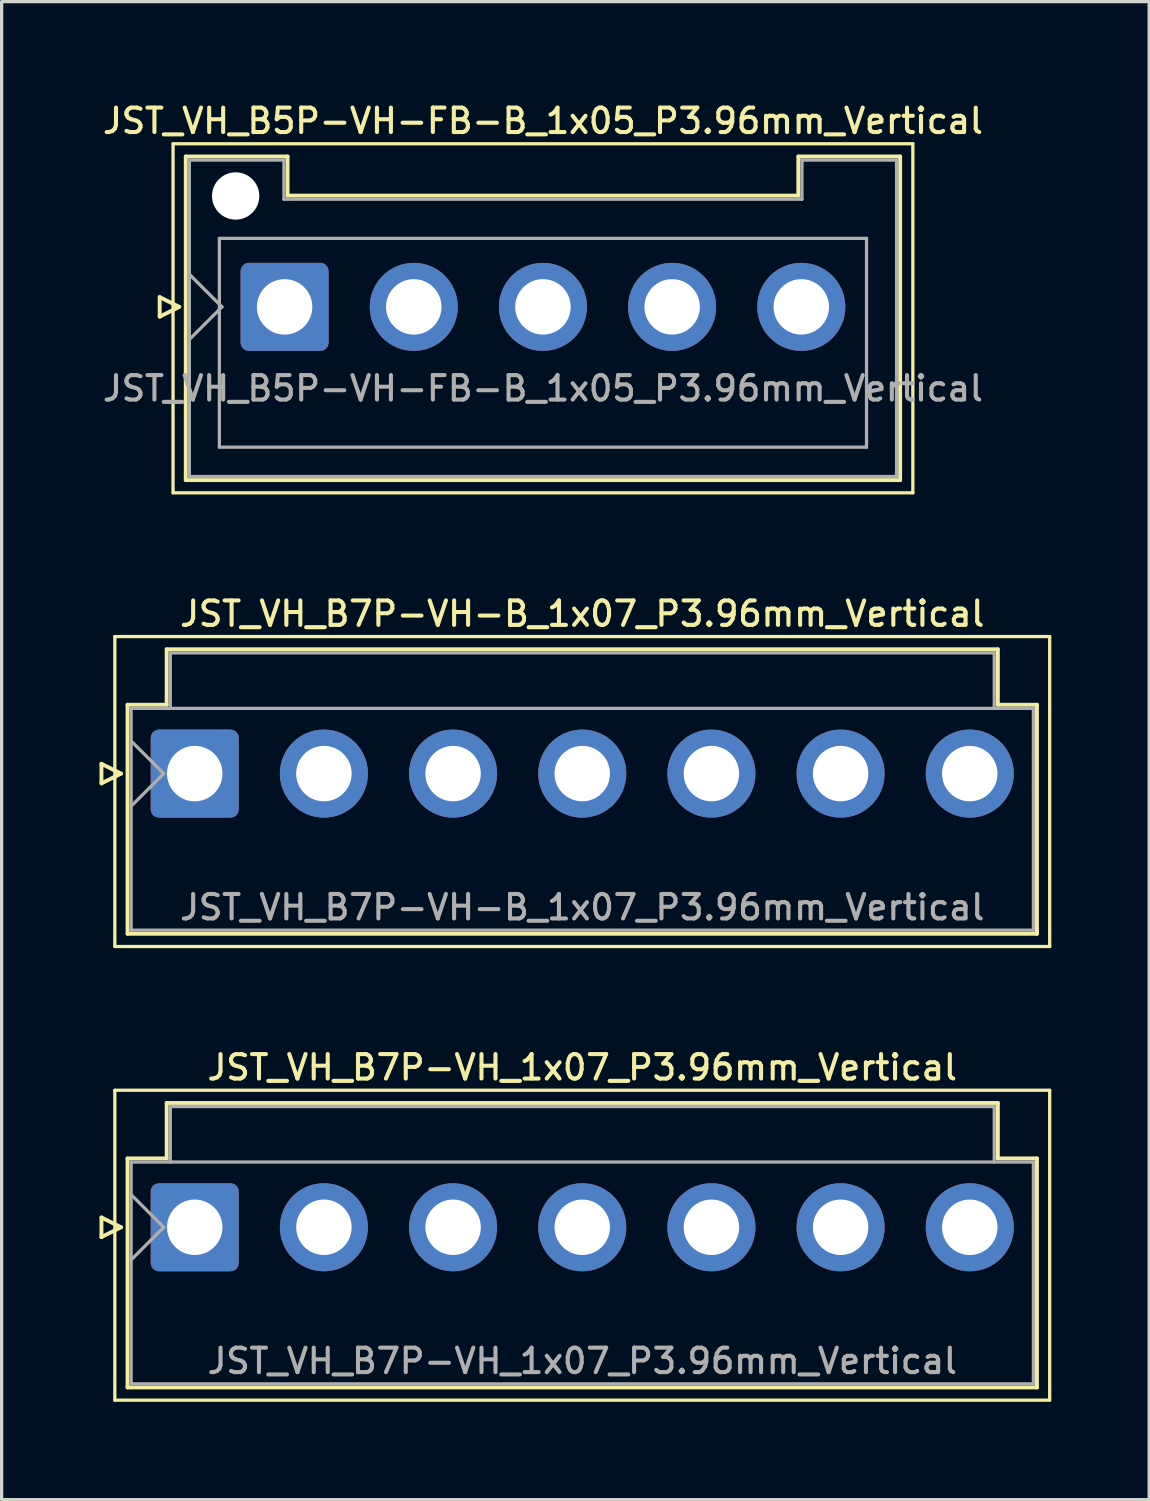
<source format=kicad_pcb>
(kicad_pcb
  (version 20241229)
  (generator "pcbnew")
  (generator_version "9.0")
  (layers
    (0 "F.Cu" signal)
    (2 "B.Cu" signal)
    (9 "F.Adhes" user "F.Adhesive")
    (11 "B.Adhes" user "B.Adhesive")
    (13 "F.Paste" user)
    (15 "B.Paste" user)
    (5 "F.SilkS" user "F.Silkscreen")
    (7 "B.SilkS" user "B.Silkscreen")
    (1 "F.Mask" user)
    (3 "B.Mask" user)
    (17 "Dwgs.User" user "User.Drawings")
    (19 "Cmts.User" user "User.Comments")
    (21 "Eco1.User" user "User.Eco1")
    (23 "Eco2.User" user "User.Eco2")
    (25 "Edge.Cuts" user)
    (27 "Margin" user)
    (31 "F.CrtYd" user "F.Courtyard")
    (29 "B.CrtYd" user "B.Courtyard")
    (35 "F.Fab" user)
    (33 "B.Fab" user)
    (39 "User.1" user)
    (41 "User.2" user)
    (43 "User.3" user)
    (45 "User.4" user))
  (footprint "JST_VH_B7P-VH_1x07_P3.96mm_Vertical"
    (layer "F.Cu")
    (at 2.92 34.574)
    (property "Reference" "JST_VH_B7P-VH_1x07_P3.96mm_Vertical" (at 11.88 -4.9 0) (layer "F.SilkS") (effects (font (size 0.75 0.75) (thickness 0.125))))
    (attr through_hole)
    (fp_line (start -2.86 -0.3) (end -2.26 0) (stroke (width 0.12) (type solid)) (layer "F.SilkS"))
    (fp_line (start -2.86 0.3) (end -2.86 -0.3) (stroke (width 0.12) (type solid)) (layer "F.SilkS"))
    (fp_line (start -2.45 -4.2) (end -2.45 5.3) (stroke (width 0.1) (type solid)) (layer "F.SilkS"))
    (fp_line (start -2.45 5.3) (end 26.21 5.3) (stroke (width 0.1) (type solid)) (layer "F.SilkS"))
    (fp_line (start -2.26 0) (end -2.86 0.3) (stroke (width 0.12) (type solid)) (layer "F.SilkS"))
    (fp_line (start -2.06 -2.11) (end -0.86 -2.11) (stroke (width 0.12) (type solid)) (layer "F.SilkS"))
    (fp_line (start -2.06 4.91) (end -2.06 -2.11) (stroke (width 0.12) (type solid)) (layer "F.SilkS"))
    (fp_line (start -0.86 -3.81) (end 24.62 -3.81) (stroke (width 0.12) (type solid)) (layer "F.SilkS"))
    (fp_line (start -0.86 -2.11) (end -0.86 -3.81) (stroke (width 0.12) (type solid)) (layer "F.SilkS"))
    (fp_line (start 24.62 -3.81) (end 24.62 -2.11) (stroke (width 0.12) (type solid)) (layer "F.SilkS"))
    (fp_line (start 24.62 -2.11) (end 25.82 -2.11) (stroke (width 0.12) (type solid)) (layer "F.SilkS"))
    (fp_line (start 25.82 -2.11) (end 25.82 4.91) (stroke (width 0.12) (type solid)) (layer "F.SilkS"))
    (fp_line (start 25.82 4.91) (end -2.06 4.91) (stroke (width 0.12) (type solid)) (layer "F.SilkS"))
    (fp_line (start 26.21 -4.2) (end -2.45 -4.2) (stroke (width 0.1) (type solid)) (layer "F.SilkS"))
    (fp_line (start 26.21 5.3) (end 26.21 -4.2) (stroke (width 0.1) (type solid)) (layer "F.SilkS"))
    (fp_line (start -1.95 -2) (end -1.95 4.8) (stroke (width 0.1) (type solid)) (layer "F.Fab"))
    (fp_line (start -1.95 -1) (end -0.95 0) (stroke (width 0.1) (type solid)) (layer "F.Fab"))
    (fp_line (start -1.95 1) (end -0.95 0) (stroke (width 0.1) (type solid)) (layer "F.Fab"))
    (fp_line (start -1.95 4.8) (end 25.71 4.8) (stroke (width 0.1) (type solid)) (layer "F.Fab"))
    (fp_line (start -0.75 -3.7) (end 24.51 -3.7) (stroke (width 0.1) (type solid)) (layer "F.Fab"))
    (fp_line (start -0.75 -2) (end -0.75 -3.7) (stroke (width 0.1) (type solid)) (layer "F.Fab"))
    (fp_line (start 24.51 -3.7) (end 24.51 -2) (stroke (width 0.1) (type solid)) (layer "F.Fab"))
    (fp_line (start 25.71 -2) (end -1.95 -2) (stroke (width 0.1) (type solid)) (layer "F.Fab"))
    (fp_line (start 25.71 4.8) (end 25.71 -2) (stroke (width 0.1) (type solid)) (layer "F.Fab"))
    (fp_text user "${REFERENCE}" (at 11.88 4.1 0) (layer "F.Fab") (effects (font (size 0.75 0.75) (thickness 0.125))))
    (pad "1" thru_hole roundrect (at 0 0) (size 2.7 2.7) (drill 1.7) (layers "*.Cu" "*.Mask") (roundrect_rratio 0.093))
    (pad "2" thru_hole circle (at 3.96 0) (size 2.7 2.7) (drill 1.7) (layers "*.Cu" "*.Mask"))
    (pad "3" thru_hole circle (at 7.92 0) (size 2.7 2.7) (drill 1.7) (layers "*.Cu" "*.Mask"))
    (pad "4" thru_hole circle (at 11.88 0) (size 2.7 2.7) (drill 1.7) (layers "*.Cu" "*.Mask"))
    (pad "5" thru_hole circle (at 15.84 0) (size 2.7 2.7) (drill 1.7) (layers "*.Cu" "*.Mask"))
    (pad "6" thru_hole circle (at 19.8 0) (size 2.7 2.7) (drill 1.7) (layers "*.Cu" "*.Mask"))
    (pad "7" thru_hole circle (at 23.76 0) (size 2.7 2.7) (drill 1.7) (layers "*.Cu" "*.Mask")))
  (footprint "JST_VH_B5P-VH-FB-B_1x05_P3.96mm_Vertical"
    (layer "F.Cu")
    (at 5.675 6.358)
    (property "Reference" "JST_VH_B5P-VH-FB-B_1x05_P3.96mm_Vertical" (at 7.92 -5.7 0) (layer "F.SilkS") (effects (font (size 0.75 0.75) (thickness 0.125))))
    (attr through_hole)
    (fp_line (start -3.83 -0.3) (end -3.23 0) (stroke (width 0.12) (type solid)) (layer "F.SilkS"))
    (fp_line (start -3.83 0.3) (end -3.83 -0.3) (stroke (width 0.12) (type solid)) (layer "F.SilkS"))
    (fp_line (start -3.42 -5) (end -3.42 5.7) (stroke (width 0.1) (type solid)) (layer "F.SilkS"))
    (fp_line (start -3.42 5.7) (end 19.26 5.7) (stroke (width 0.1) (type solid)) (layer "F.SilkS"))
    (fp_line (start -3.23 0) (end -3.83 0.3) (stroke (width 0.12) (type solid)) (layer "F.SilkS"))
    (fp_line (start -3.03 -4.61) (end 0.09 -4.61) (stroke (width 0.12) (type solid)) (layer "F.SilkS"))
    (fp_line (start -3.03 5.31) (end -3.03 -4.61) (stroke (width 0.12) (type solid)) (layer "F.SilkS"))
    (fp_line (start 0.09 -4.61) (end 0.09 -3.41) (stroke (width 0.12) (type solid)) (layer "F.SilkS"))
    (fp_line (start 0.09 -3.41) (end 15.75 -3.41) (stroke (width 0.12) (type solid)) (layer "F.SilkS"))
    (fp_line (start 15.75 -4.61) (end 18.87 -4.61) (stroke (width 0.12) (type solid)) (layer "F.SilkS"))
    (fp_line (start 15.75 -3.41) (end 15.75 -4.61) (stroke (width 0.12) (type solid)) (layer "F.SilkS"))
    (fp_line (start 18.87 -4.61) (end 18.87 5.31) (stroke (width 0.12) (type solid)) (layer "F.SilkS"))
    (fp_line (start 18.87 5.31) (end -3.03 5.31) (stroke (width 0.12) (type solid)) (layer "F.SilkS"))
    (fp_line (start 19.26 -5) (end -3.42 -5) (stroke (width 0.1) (type solid)) (layer "F.SilkS"))
    (fp_line (start 19.26 5.7) (end 19.26 -5) (stroke (width 0.1) (type solid)) (layer "F.SilkS"))
    (fp_line (start -2.92 -4.5) (end -0.02 -4.5) (stroke (width 0.1) (type solid)) (layer "F.Fab"))
    (fp_line (start -2.92 -1) (end -1.92 0) (stroke (width 0.1) (type solid)) (layer "F.Fab"))
    (fp_line (start -2.92 1) (end -1.92 0) (stroke (width 0.1) (type solid)) (layer "F.Fab"))
    (fp_line (start -2.92 5.2) (end -2.92 -4.5) (stroke (width 0.1) (type solid)) (layer "F.Fab"))
    (fp_line (start -2 -2.1) (end 17.84 -2.1) (stroke (width 0.1) (type solid)) (layer "F.Fab"))
    (fp_line (start -2 4.3) (end -2 -2.1) (stroke (width 0.1) (type solid)) (layer "F.Fab"))
    (fp_line (start -0.02 -4.5) (end -0.02 -3.3) (stroke (width 0.1) (type solid)) (layer "F.Fab"))
    (fp_line (start -0.02 -3.3) (end 15.86 -3.3) (stroke (width 0.1) (type solid)) (layer "F.Fab"))
    (fp_line (start 15.86 -4.5) (end 18.76 -4.5) (stroke (width 0.1) (type solid)) (layer "F.Fab"))
    (fp_line (start 15.86 -3.3) (end 15.86 -4.5) (stroke (width 0.1) (type solid)) (layer "F.Fab"))
    (fp_line (start 17.84 -2.1) (end 17.84 4.3) (stroke (width 0.1) (type solid)) (layer "F.Fab"))
    (fp_line (start 17.84 4.3) (end -2 4.3) (stroke (width 0.1) (type solid)) (layer "F.Fab"))
    (fp_line (start 18.76 -4.5) (end 18.76 5.2) (stroke (width 0.1) (type solid)) (layer "F.Fab"))
    (fp_line (start 18.76 5.2) (end -2.92 5.2) (stroke (width 0.1) (type solid)) (layer "F.Fab"))
    (fp_text user "${REFERENCE}" (at 7.92 2.5 0) (layer "F.Fab") (effects (font (size 0.75 0.75) (thickness 0.125))))
    (pad "" np_thru_hole circle (at -1.5 -3.4) (size 1.45 1.45) (drill 1.45) (layers "*.Cu" "*.Mask"))
    (pad "1" thru_hole roundrect (at 0 0) (size 2.7 2.7) (drill 1.7) (layers "*.Cu" "*.Mask") (roundrect_rratio 0.093))
    (pad "2" thru_hole circle (at 3.96 0) (size 2.7 2.7) (drill 1.7) (layers "*.Cu" "*.Mask"))
    (pad "3" thru_hole circle (at 7.92 0) (size 2.7 2.7) (drill 1.7) (layers "*.Cu" "*.Mask"))
    (pad "4" thru_hole circle (at 11.88 0) (size 2.7 2.7) (drill 1.7) (layers "*.Cu" "*.Mask"))
    (pad "5" thru_hole circle (at 15.84 0) (size 2.7 2.7) (drill 1.7) (layers "*.Cu" "*.Mask")))
  (footprint "JST_VH_B7P-VH-B_1x07_P3.96mm_Vertical"
    (layer "F.Cu")
    (at 2.92 20.666)
    (property "Reference" "JST_VH_B7P-VH-B_1x07_P3.96mm_Vertical" (at 11.88 -4.9 0) (layer "F.SilkS") (effects (font (size 0.75 0.75) (thickness 0.125))))
    (attr through_hole)
    (fp_line (start -2.86 -0.3) (end -2.26 0) (stroke (width 0.12) (type solid)) (layer "F.SilkS"))
    (fp_line (start -2.86 0.3) (end -2.86 -0.3) (stroke (width 0.12) (type solid)) (layer "F.SilkS"))
    (fp_line (start -2.45 -4.2) (end -2.45 5.3) (stroke (width 0.1) (type solid)) (layer "F.SilkS"))
    (fp_line (start -2.45 5.3) (end 26.21 5.3) (stroke (width 0.1) (type solid)) (layer "F.SilkS"))
    (fp_line (start -2.26 0) (end -2.86 0.3) (stroke (width 0.12) (type solid)) (layer "F.SilkS"))
    (fp_line (start -2.06 -2.11) (end -0.86 -2.11) (stroke (width 0.12) (type solid)) (layer "F.SilkS"))
    (fp_line (start -2.06 4.91) (end -2.06 -2.11) (stroke (width 0.12) (type solid)) (layer "F.SilkS"))
    (fp_line (start -0.86 -3.81) (end 24.62 -3.81) (stroke (width 0.12) (type solid)) (layer "F.SilkS"))
    (fp_line (start -0.86 -2.11) (end -0.86 -3.81) (stroke (width 0.12) (type solid)) (layer "F.SilkS"))
    (fp_line (start 24.62 -3.81) (end 24.62 -2.11) (stroke (width 0.12) (type solid)) (layer "F.SilkS"))
    (fp_line (start 24.62 -2.11) (end 25.82 -2.11) (stroke (width 0.12) (type solid)) (layer "F.SilkS"))
    (fp_line (start 25.82 -2.11) (end 25.82 4.91) (stroke (width 0.12) (type solid)) (layer "F.SilkS"))
    (fp_line (start 25.82 4.91) (end -2.06 4.91) (stroke (width 0.12) (type solid)) (layer "F.SilkS"))
    (fp_line (start 26.21 -4.2) (end -2.45 -4.2) (stroke (width 0.1) (type solid)) (layer "F.SilkS"))
    (fp_line (start 26.21 5.3) (end 26.21 -4.2) (stroke (width 0.1) (type solid)) (layer "F.SilkS"))
    (fp_line (start -1.95 -2) (end -1.95 4.8) (stroke (width 0.1) (type solid)) (layer "F.Fab"))
    (fp_line (start -1.95 -1) (end -0.95 0) (stroke (width 0.1) (type solid)) (layer "F.Fab"))
    (fp_line (start -1.95 1) (end -0.95 0) (stroke (width 0.1) (type solid)) (layer "F.Fab"))
    (fp_line (start -1.95 4.8) (end 25.71 4.8) (stroke (width 0.1) (type solid)) (layer "F.Fab"))
    (fp_line (start -0.75 -3.7) (end 24.51 -3.7) (stroke (width 0.1) (type solid)) (layer "F.Fab"))
    (fp_line (start -0.75 -2) (end -0.75 -3.7) (stroke (width 0.1) (type solid)) (layer "F.Fab"))
    (fp_line (start 24.51 -3.7) (end 24.51 -2) (stroke (width 0.1) (type solid)) (layer "F.Fab"))
    (fp_line (start 25.71 -2) (end -1.95 -2) (stroke (width 0.1) (type solid)) (layer "F.Fab"))
    (fp_line (start 25.71 4.8) (end 25.71 -2) (stroke (width 0.1) (type solid)) (layer "F.Fab"))
    (fp_text user "${REFERENCE}" (at 11.88 4.1 0) (layer "F.Fab") (effects (font (size 0.75 0.75) (thickness 0.125))))
    (pad "1" thru_hole roundrect (at 0 0) (size 2.7 2.7) (drill 1.7) (layers "*.Cu" "*.Mask") (roundrect_rratio 0.093))
    (pad "2" thru_hole circle (at 3.96 0) (size 2.7 2.7) (drill 1.7) (layers "*.Cu" "*.Mask"))
    (pad "3" thru_hole circle (at 7.92 0) (size 2.7 2.7) (drill 1.7) (layers "*.Cu" "*.Mask"))
    (pad "4" thru_hole circle (at 11.88 0) (size 2.7 2.7) (drill 1.7) (layers "*.Cu" "*.Mask"))
    (pad "5" thru_hole circle (at 15.84 0) (size 2.7 2.7) (drill 1.7) (layers "*.Cu" "*.Mask"))
    (pad "6" thru_hole circle (at 19.8 0) (size 2.7 2.7) (drill 1.7) (layers "*.Cu" "*.Mask"))
    (pad "7" thru_hole circle (at 23.76 0) (size 2.7 2.7) (drill 1.7) (layers "*.Cu" "*.Mask")))
  (gr_rect
    (start -3 -3)
    (end 32.18 42.924)
    (stroke (width 0.1) (type default))
    (fill no)
    (layer "Edge.Cuts")))
</source>
